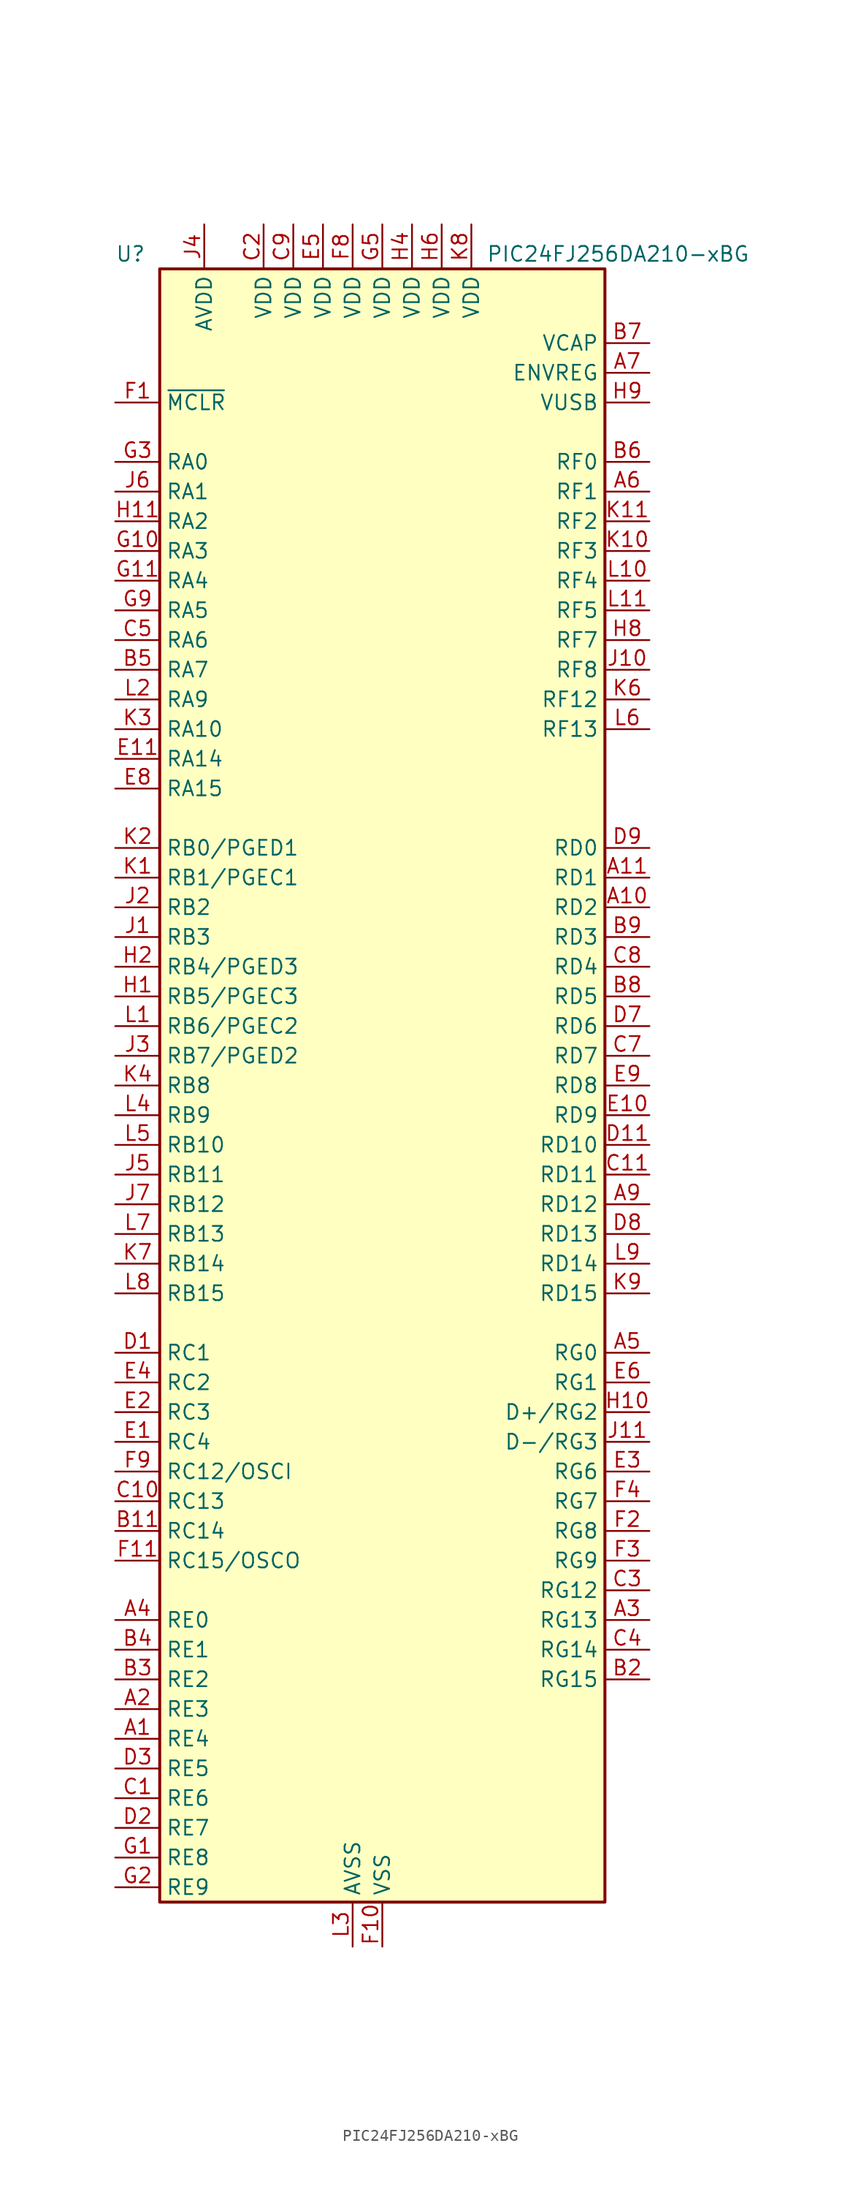
<source format=kicad_sym>
(kicad_symbol_lib
  (version 20201005)
  (generator kicad_symbol_editor)
  (symbol "MCU_Microchip_PIC24:PIC24FJ256DA210-xBG"
    (property "Reference" "U"
      (at -22.86 71.12 0)
      (effects (font (size 1.27 1.27)) (justify left)))
    (property "Value" "PIC24FJ256DA210-xBG"
      (at 8.89 71.12 0)
      (effects (font (size 1.27 1.27)) (justify left)))
    (symbol "PIC24FJ256DA210-xBG_1_1"
      (rectangle (start -19.05 69.85) (end 19.05 -69.85) (stroke (width 0.254)) (fill (type background)))
      (pin bidirectional line (at -22.86 -55.88 0) (length 3.81) (name "RE4" (effects (font (size 1.27 1.27)))) (number "A1" (effects (font (size 1.27 1.27)))))
      (pin bidirectional line (at 22.86 15.24 180) (length 3.81) (name "RD2" (effects (font (size 1.27 1.27)))) (number "A10" (effects (font (size 1.27 1.27)))))
      (pin bidirectional line (at 22.86 17.78 180) (length 3.81) (name "RD1" (effects (font (size 1.27 1.27)))) (number "A11" (effects (font (size 1.27 1.27)))))
      (pin bidirectional line (at -22.86 -53.34 0) (length 3.81) (name "RE3" (effects (font (size 1.27 1.27)))) (number "A2" (effects (font (size 1.27 1.27)))))
      (pin bidirectional line (at 22.86 -45.72 180) (length 3.81) (name "RG13" (effects (font (size 1.27 1.27)))) (number "A3" (effects (font (size 1.27 1.27)))))
      (pin bidirectional line (at -22.86 -45.72 0) (length 3.81) (name "RE0" (effects (font (size 1.27 1.27)))) (number "A4" (effects (font (size 1.27 1.27)))))
      (pin bidirectional line (at 22.86 -22.86 180) (length 3.81) (name "RG0" (effects (font (size 1.27 1.27)))) (number "A5" (effects (font (size 1.27 1.27)))))
      (pin bidirectional line (at 22.86 50.8 180) (length 3.81) (name "RF1" (effects (font (size 1.27 1.27)))) (number "A6" (effects (font (size 1.27 1.27)))))
      (pin input line (at 22.86 60.96 180) (length 3.81) (name "ENVREG" (effects (font (size 1.27 1.27)))) (number "A7" (effects (font (size 1.27 1.27)))))
      (pin no_connect line (at 2.54 -25.4 180) (length 3.81) hide (name "N/C" (effects (font (size 1.27 1.27)))) (number "A8" (effects (font (size 1.27 1.27)))))
      (pin bidirectional line (at 22.86 -10.16 180) (length 3.81) (name "RD12" (effects (font (size 1.27 1.27)))) (number "A9" (effects (font (size 1.27 1.27)))))
      (pin no_connect line (at 2.54 -27.94 180) (length 3.81) hide (name "N/C" (effects (font (size 1.27 1.27)))) (number "B1" (effects (font (size 1.27 1.27)))))
      (pin passive line (at 0 -73.66 90) (length 3.81) hide (name "VSS" (effects (font (size 1.27 1.27)))) (number "B10" (effects (font (size 1.27 1.27)))))
      (pin bidirectional line (at -22.86 -38.1 0) (length 3.81) (name "RC14" (effects (font (size 1.27 1.27)))) (number "B11" (effects (font (size 1.27 1.27)))))
      (pin bidirectional line (at 22.86 -50.8 180) (length 3.81) (name "RG15" (effects (font (size 1.27 1.27)))) (number "B2" (effects (font (size 1.27 1.27)))))
      (pin bidirectional line (at -22.86 -50.8 0) (length 3.81) (name "RE2" (effects (font (size 1.27 1.27)))) (number "B3" (effects (font (size 1.27 1.27)))))
      (pin bidirectional line (at -22.86 -48.26 0) (length 3.81) (name "RE1" (effects (font (size 1.27 1.27)))) (number "B4" (effects (font (size 1.27 1.27)))))
      (pin bidirectional line (at -22.86 35.56 0) (length 3.81) (name "RA7" (effects (font (size 1.27 1.27)))) (number "B5" (effects (font (size 1.27 1.27)))))
      (pin bidirectional line (at 22.86 53.34 180) (length 3.81) (name "RF0" (effects (font (size 1.27 1.27)))) (number "B6" (effects (font (size 1.27 1.27)))))
      (pin passive line (at 22.86 63.5 180) (length 3.81) (name "VCAP" (effects (font (size 1.27 1.27)))) (number "B7" (effects (font (size 1.27 1.27)))))
      (pin bidirectional line (at 22.86 7.62 180) (length 3.81) (name "RD5" (effects (font (size 1.27 1.27)))) (number "B8" (effects (font (size 1.27 1.27)))))
      (pin bidirectional line (at 22.86 12.7 180) (length 3.81) (name "RD3" (effects (font (size 1.27 1.27)))) (number "B9" (effects (font (size 1.27 1.27)))))
      (pin bidirectional line (at -22.86 -60.96 0) (length 3.81) (name "RE6" (effects (font (size 1.27 1.27)))) (number "C1" (effects (font (size 1.27 1.27)))))
      (pin bidirectional line (at -22.86 -35.56 0) (length 3.81) (name "RC13" (effects (font (size 1.27 1.27)))) (number "C10" (effects (font (size 1.27 1.27)))))
      (pin bidirectional line (at 22.86 -7.62 180) (length 3.81) (name "RD11" (effects (font (size 1.27 1.27)))) (number "C11" (effects (font (size 1.27 1.27)))))
      (pin power_in line (at -10.16 73.66 270) (length 3.81) (name "VDD" (effects (font (size 1.27 1.27)))) (number "C2" (effects (font (size 1.27 1.27)))))
      (pin bidirectional line (at 22.86 -43.18 180) (length 3.81) (name "RG12" (effects (font (size 1.27 1.27)))) (number "C3" (effects (font (size 1.27 1.27)))))
      (pin bidirectional line (at 22.86 -48.26 180) (length 3.81) (name "RG14" (effects (font (size 1.27 1.27)))) (number "C4" (effects (font (size 1.27 1.27)))))
      (pin bidirectional line (at -22.86 38.1 0) (length 3.81) (name "RA6" (effects (font (size 1.27 1.27)))) (number "C5" (effects (font (size 1.27 1.27)))))
      (pin no_connect line (at 2.54 -30.48 180) (length 3.81) hide (name "N/C" (effects (font (size 1.27 1.27)))) (number "C6" (effects (font (size 1.27 1.27)))))
      (pin bidirectional line (at 22.86 2.54 180) (length 3.81) (name "RD7" (effects (font (size 1.27 1.27)))) (number "C7" (effects (font (size 1.27 1.27)))))
      (pin bidirectional line (at 22.86 10.16 180) (length 3.81) (name "RD4" (effects (font (size 1.27 1.27)))) (number "C8" (effects (font (size 1.27 1.27)))))
      (pin power_in line (at -7.62 73.66 270) (length 3.81) (name "VDD" (effects (font (size 1.27 1.27)))) (number "C9" (effects (font (size 1.27 1.27)))))
      (pin bidirectional line (at -22.86 -22.86 0) (length 3.81) (name "RC1" (effects (font (size 1.27 1.27)))) (number "D1" (effects (font (size 1.27 1.27)))))
      (pin no_connect line (at 2.54 -35.56 180) (length 3.81) hide (name "N/C" (effects (font (size 1.27 1.27)))) (number "D10" (effects (font (size 1.27 1.27)))))
      (pin bidirectional line (at 22.86 -5.08 180) (length 3.81) (name "RD10" (effects (font (size 1.27 1.27)))) (number "D11" (effects (font (size 1.27 1.27)))))
      (pin bidirectional line (at -22.86 -63.5 0) (length 3.81) (name "RE7" (effects (font (size 1.27 1.27)))) (number "D2" (effects (font (size 1.27 1.27)))))
      (pin bidirectional line (at -22.86 -58.42 0) (length 3.81) (name "RE5" (effects (font (size 1.27 1.27)))) (number "D3" (effects (font (size 1.27 1.27)))))
      (pin passive line (at 0 -73.66 90) (length 3.81) hide (name "VSS" (effects (font (size 1.27 1.27)))) (number "D4" (effects (font (size 1.27 1.27)))))
      (pin passive line (at 0 -73.66 90) (length 3.81) hide (name "VSS" (effects (font (size 1.27 1.27)))) (number "D5" (effects (font (size 1.27 1.27)))))
      (pin no_connect line (at 2.54 -33.02 180) (length 3.81) hide (name "N/C" (effects (font (size 1.27 1.27)))) (number "D6" (effects (font (size 1.27 1.27)))))
      (pin bidirectional line (at 22.86 5.08 180) (length 3.81) (name "RD6" (effects (font (size 1.27 1.27)))) (number "D7" (effects (font (size 1.27 1.27)))))
      (pin bidirectional line (at 22.86 -12.7 180) (length 3.81) (name "RD13" (effects (font (size 1.27 1.27)))) (number "D8" (effects (font (size 1.27 1.27)))))
      (pin bidirectional line (at 22.86 20.32 180) (length 3.81) (name "RD0" (effects (font (size 1.27 1.27)))) (number "D9" (effects (font (size 1.27 1.27)))))
      (pin bidirectional line (at -22.86 -30.48 0) (length 3.81) (name "RC4" (effects (font (size 1.27 1.27)))) (number "E1" (effects (font (size 1.27 1.27)))))
      (pin bidirectional line (at 22.86 -2.54 180) (length 3.81) (name "RD9" (effects (font (size 1.27 1.27)))) (number "E10" (effects (font (size 1.27 1.27)))))
      (pin bidirectional line (at -22.86 27.94 0) (length 3.81) (name "RA14" (effects (font (size 1.27 1.27)))) (number "E11" (effects (font (size 1.27 1.27)))))
      (pin bidirectional line (at -22.86 -27.94 0) (length 3.81) (name "RC3" (effects (font (size 1.27 1.27)))) (number "E2" (effects (font (size 1.27 1.27)))))
      (pin bidirectional line (at 22.86 -33.02 180) (length 3.81) (name "RG6" (effects (font (size 1.27 1.27)))) (number "E3" (effects (font (size 1.27 1.27)))))
      (pin bidirectional line (at -22.86 -25.4 0) (length 3.81) (name "RC2" (effects (font (size 1.27 1.27)))) (number "E4" (effects (font (size 1.27 1.27)))))
      (pin power_in line (at -5.08 73.66 270) (length 3.81) (name "VDD" (effects (font (size 1.27 1.27)))) (number "E5" (effects (font (size 1.27 1.27)))))
      (pin bidirectional line (at 22.86 -25.4 180) (length 3.81) (name "RG1" (effects (font (size 1.27 1.27)))) (number "E6" (effects (font (size 1.27 1.27)))))
      (pin no_connect line (at 2.54 -38.1 180) (length 3.81) hide (name "N/C" (effects (font (size 1.27 1.27)))) (number "E7" (effects (font (size 1.27 1.27)))))
      (pin bidirectional line (at -22.86 25.4 0) (length 3.81) (name "RA15" (effects (font (size 1.27 1.27)))) (number "E8" (effects (font (size 1.27 1.27)))))
      (pin bidirectional line (at 22.86 0 180) (length 3.81) (name "RD8" (effects (font (size 1.27 1.27)))) (number "E9" (effects (font (size 1.27 1.27)))))
      (pin input line (at -22.86 58.42 0) (length 3.81) (name "~MCLR" (effects (font (size 1.27 1.27)))) (number "F1" (effects (font (size 1.27 1.27)))))
      (pin power_in line (at 0 -73.66 90) (length 3.81) (name "VSS" (effects (font (size 1.27 1.27)))) (number "F10" (effects (font (size 1.27 1.27)))))
      (pin bidirectional line (at -22.86 -40.64 0) (length 3.81) (name "RC15/OSCO" (effects (font (size 1.27 1.27)))) (number "F11" (effects (font (size 1.27 1.27)))))
      (pin bidirectional line (at 22.86 -38.1 180) (length 3.81) (name "RG8" (effects (font (size 1.27 1.27)))) (number "F2" (effects (font (size 1.27 1.27)))))
      (pin bidirectional line (at 22.86 -40.64 180) (length 3.81) (name "RG9" (effects (font (size 1.27 1.27)))) (number "F3" (effects (font (size 1.27 1.27)))))
      (pin bidirectional line (at 22.86 -35.56 180) (length 3.81) (name "RG7" (effects (font (size 1.27 1.27)))) (number "F4" (effects (font (size 1.27 1.27)))))
      (pin passive line (at 0 -73.66 90) (length 3.81) hide (name "VSS" (effects (font (size 1.27 1.27)))) (number "F5" (effects (font (size 1.27 1.27)))))
      (pin no_connect line (at 2.54 -40.64 180) (length 3.81) hide (name "N/C" (effects (font (size 1.27 1.27)))) (number "F6" (effects (font (size 1.27 1.27)))))
      (pin no_connect line (at 2.54 -43.18 180) (length 3.81) hide (name "N/C" (effects (font (size 1.27 1.27)))) (number "F7" (effects (font (size 1.27 1.27)))))
      (pin power_in line (at -2.54 73.66 270) (length 3.81) (name "VDD" (effects (font (size 1.27 1.27)))) (number "F8" (effects (font (size 1.27 1.27)))))
      (pin bidirectional line (at -22.86 -33.02 0) (length 3.81) (name "RC12/OSCI" (effects (font (size 1.27 1.27)))) (number "F9" (effects (font (size 1.27 1.27)))))
      (pin bidirectional line (at -22.86 -66.04 0) (length 3.81) (name "RE8" (effects (font (size 1.27 1.27)))) (number "G1" (effects (font (size 1.27 1.27)))))
      (pin bidirectional line (at -22.86 45.72 0) (length 3.81) (name "RA3" (effects (font (size 1.27 1.27)))) (number "G10" (effects (font (size 1.27 1.27)))))
      (pin bidirectional line (at -22.86 43.18 0) (length 3.81) (name "RA4" (effects (font (size 1.27 1.27)))) (number "G11" (effects (font (size 1.27 1.27)))))
      (pin bidirectional line (at -22.86 -68.58 0) (length 3.81) (name "RE9" (effects (font (size 1.27 1.27)))) (number "G2" (effects (font (size 1.27 1.27)))))
      (pin bidirectional line (at -22.86 53.34 0) (length 3.81) (name "RA0" (effects (font (size 1.27 1.27)))) (number "G3" (effects (font (size 1.27 1.27)))))
      (pin no_connect line (at 2.54 -45.72 180) (length 3.81) hide (name "N/C" (effects (font (size 1.27 1.27)))) (number "G4" (effects (font (size 1.27 1.27)))))
      (pin power_in line (at 0 73.66 270) (length 3.81) (name "VDD" (effects (font (size 1.27 1.27)))) (number "G5" (effects (font (size 1.27 1.27)))))
      (pin passive line (at 0 -73.66 90) (length 3.81) hide (name "VSS" (effects (font (size 1.27 1.27)))) (number "G6" (effects (font (size 1.27 1.27)))))
      (pin passive line (at 0 -73.66 90) (length 3.81) hide (name "VSS" (effects (font (size 1.27 1.27)))) (number "G7" (effects (font (size 1.27 1.27)))))
      (pin no_connect line (at 2.54 -48.26 180) (length 3.81) hide (name "N/C" (effects (font (size 1.27 1.27)))) (number "G8" (effects (font (size 1.27 1.27)))))
      (pin bidirectional line (at -22.86 40.64 0) (length 3.81) (name "RA5" (effects (font (size 1.27 1.27)))) (number "G9" (effects (font (size 1.27 1.27)))))
      (pin bidirectional line (at -22.86 7.62 0) (length 3.81) (name "RB5/PGEC3" (effects (font (size 1.27 1.27)))) (number "H1" (effects (font (size 1.27 1.27)))))
      (pin bidirectional line (at 22.86 -27.94 180) (length 3.81) (name "D+/RG2" (effects (font (size 1.27 1.27)))) (number "H10" (effects (font (size 1.27 1.27)))))
      (pin bidirectional line (at -22.86 48.26 0) (length 3.81) (name "RA2" (effects (font (size 1.27 1.27)))) (number "H11" (effects (font (size 1.27 1.27)))))
      (pin bidirectional line (at -22.86 10.16 0) (length 3.81) (name "RB4/PGED3" (effects (font (size 1.27 1.27)))) (number "H2" (effects (font (size 1.27 1.27)))))
      (pin passive line (at 0 -73.66 90) (length 3.81) hide (name "VSS" (effects (font (size 1.27 1.27)))) (number "H3" (effects (font (size 1.27 1.27)))))
      (pin power_in line (at 2.54 73.66 270) (length 3.81) (name "VDD" (effects (font (size 1.27 1.27)))) (number "H4" (effects (font (size 1.27 1.27)))))
      (pin no_connect line (at 2.54 -50.8 180) (length 3.81) hide (name "N/C" (effects (font (size 1.27 1.27)))) (number "H5" (effects (font (size 1.27 1.27)))))
      (pin power_in line (at 5.08 73.66 270) (length 3.81) (name "VDD" (effects (font (size 1.27 1.27)))) (number "H6" (effects (font (size 1.27 1.27)))))
      (pin no_connect line (at 2.54 -53.34 180) (length 3.81) hide (name "N/C" (effects (font (size 1.27 1.27)))) (number "H7" (effects (font (size 1.27 1.27)))))
      (pin bidirectional line (at 22.86 38.1 180) (length 3.81) (name "RF7" (effects (font (size 1.27 1.27)))) (number "H8" (effects (font (size 1.27 1.27)))))
      (pin bidirectional line (at 22.86 58.42 180) (length 3.81) (name "VUSB" (effects (font (size 1.27 1.27)))) (number "H9" (effects (font (size 1.27 1.27)))))
      (pin bidirectional line (at -22.86 12.7 0) (length 3.81) (name "RB3" (effects (font (size 1.27 1.27)))) (number "J1" (effects (font (size 1.27 1.27)))))
      (pin bidirectional line (at 22.86 35.56 180) (length 3.81) (name "RF8" (effects (font (size 1.27 1.27)))) (number "J10" (effects (font (size 1.27 1.27)))))
      (pin bidirectional line (at 22.86 -30.48 180) (length 3.81) (name "D-/RG3" (effects (font (size 1.27 1.27)))) (number "J11" (effects (font (size 1.27 1.27)))))
      (pin bidirectional line (at -22.86 15.24 0) (length 3.81) (name "RB2" (effects (font (size 1.27 1.27)))) (number "J2" (effects (font (size 1.27 1.27)))))
      (pin bidirectional line (at -22.86 2.54 0) (length 3.81) (name "RB7/PGED2" (effects (font (size 1.27 1.27)))) (number "J3" (effects (font (size 1.27 1.27)))))
      (pin power_in line (at -15.24 73.66 270) (length 3.81) (name "AVDD" (effects (font (size 1.27 1.27)))) (number "J4" (effects (font (size 1.27 1.27)))))
      (pin bidirectional line (at -22.86 -7.62 0) (length 3.81) (name "RB11" (effects (font (size 1.27 1.27)))) (number "J5" (effects (font (size 1.27 1.27)))))
      (pin bidirectional line (at -22.86 50.8 0) (length 3.81) (name "RA1" (effects (font (size 1.27 1.27)))) (number "J6" (effects (font (size 1.27 1.27)))))
      (pin bidirectional line (at -22.86 -10.16 0) (length 3.81) (name "RB12" (effects (font (size 1.27 1.27)))) (number "J7" (effects (font (size 1.27 1.27)))))
      (pin no_connect line (at 2.54 -55.88 180) (length 3.81) hide (name "N/C" (effects (font (size 1.27 1.27)))) (number "J8" (effects (font (size 1.27 1.27)))))
      (pin no_connect line (at 2.54 -58.42 180) (length 3.81) hide (name "N/C" (effects (font (size 1.27 1.27)))) (number "J9" (effects (font (size 1.27 1.27)))))
      (pin bidirectional line (at -22.86 17.78 0) (length 3.81) (name "RB1/PGEC1" (effects (font (size 1.27 1.27)))) (number "K1" (effects (font (size 1.27 1.27)))))
      (pin bidirectional line (at 22.86 45.72 180) (length 3.81) (name "RF3" (effects (font (size 1.27 1.27)))) (number "K10" (effects (font (size 1.27 1.27)))))
      (pin bidirectional line (at 22.86 48.26 180) (length 3.81) (name "RF2" (effects (font (size 1.27 1.27)))) (number "K11" (effects (font (size 1.27 1.27)))))
      (pin bidirectional line (at -22.86 20.32 0) (length 3.81) (name "RB0/PGED1" (effects (font (size 1.27 1.27)))) (number "K2" (effects (font (size 1.27 1.27)))))
      (pin bidirectional line (at -22.86 30.48 0) (length 3.81) (name "RA10" (effects (font (size 1.27 1.27)))) (number "K3" (effects (font (size 1.27 1.27)))))
      (pin bidirectional line (at -22.86 0 0) (length 3.81) (name "RB8" (effects (font (size 1.27 1.27)))) (number "K4" (effects (font (size 1.27 1.27)))))
      (pin no_connect line (at 2.54 -60.96 180) (length 3.81) hide (name "N/C" (effects (font (size 1.27 1.27)))) (number "K5" (effects (font (size 1.27 1.27)))))
      (pin bidirectional line (at 22.86 33.02 180) (length 3.81) (name "RF12" (effects (font (size 1.27 1.27)))) (number "K6" (effects (font (size 1.27 1.27)))))
      (pin bidirectional line (at -22.86 -15.24 0) (length 3.81) (name "RB14" (effects (font (size 1.27 1.27)))) (number "K7" (effects (font (size 1.27 1.27)))))
      (pin power_in line (at 7.62 73.66 270) (length 3.81) (name "VDD" (effects (font (size 1.27 1.27)))) (number "K8" (effects (font (size 1.27 1.27)))))
      (pin bidirectional line (at 22.86 -17.78 180) (length 3.81) (name "RD15" (effects (font (size 1.27 1.27)))) (number "K9" (effects (font (size 1.27 1.27)))))
      (pin bidirectional line (at -22.86 5.08 0) (length 3.81) (name "RB6/PGEC2" (effects (font (size 1.27 1.27)))) (number "L1" (effects (font (size 1.27 1.27)))))
      (pin bidirectional line (at 22.86 43.18 180) (length 3.81) (name "RF4" (effects (font (size 1.27 1.27)))) (number "L10" (effects (font (size 1.27 1.27)))))
      (pin bidirectional line (at 22.86 40.64 180) (length 3.81) (name "RF5" (effects (font (size 1.27 1.27)))) (number "L11" (effects (font (size 1.27 1.27)))))
      (pin bidirectional line (at -22.86 33.02 0) (length 3.81) (name "RA9" (effects (font (size 1.27 1.27)))) (number "L2" (effects (font (size 1.27 1.27)))))
      (pin power_in line (at -2.54 -73.66 90) (length 3.81) (name "AVSS" (effects (font (size 1.27 1.27)))) (number "L3" (effects (font (size 1.27 1.27)))))
      (pin bidirectional line (at -22.86 -2.54 0) (length 3.81) (name "RB9" (effects (font (size 1.27 1.27)))) (number "L4" (effects (font (size 1.27 1.27)))))
      (pin bidirectional line (at -22.86 -5.08 0) (length 3.81) (name "RB10" (effects (font (size 1.27 1.27)))) (number "L5" (effects (font (size 1.27 1.27)))))
      (pin bidirectional line (at 22.86 30.48 180) (length 3.81) (name "RF13" (effects (font (size 1.27 1.27)))) (number "L6" (effects (font (size 1.27 1.27)))))
      (pin bidirectional line (at -22.86 -12.7 0) (length 3.81) (name "RB13" (effects (font (size 1.27 1.27)))) (number "L7" (effects (font (size 1.27 1.27)))))
      (pin bidirectional line (at -22.86 -17.78 0) (length 3.81) (name "RB15" (effects (font (size 1.27 1.27)))) (number "L8" (effects (font (size 1.27 1.27)))))
      (pin bidirectional line (at 22.86 -15.24 180) (length 3.81) (name "RD14" (effects (font (size 1.27 1.27)))) (number "L9" (effects (font (size 1.27 1.27))))))))
</source>
